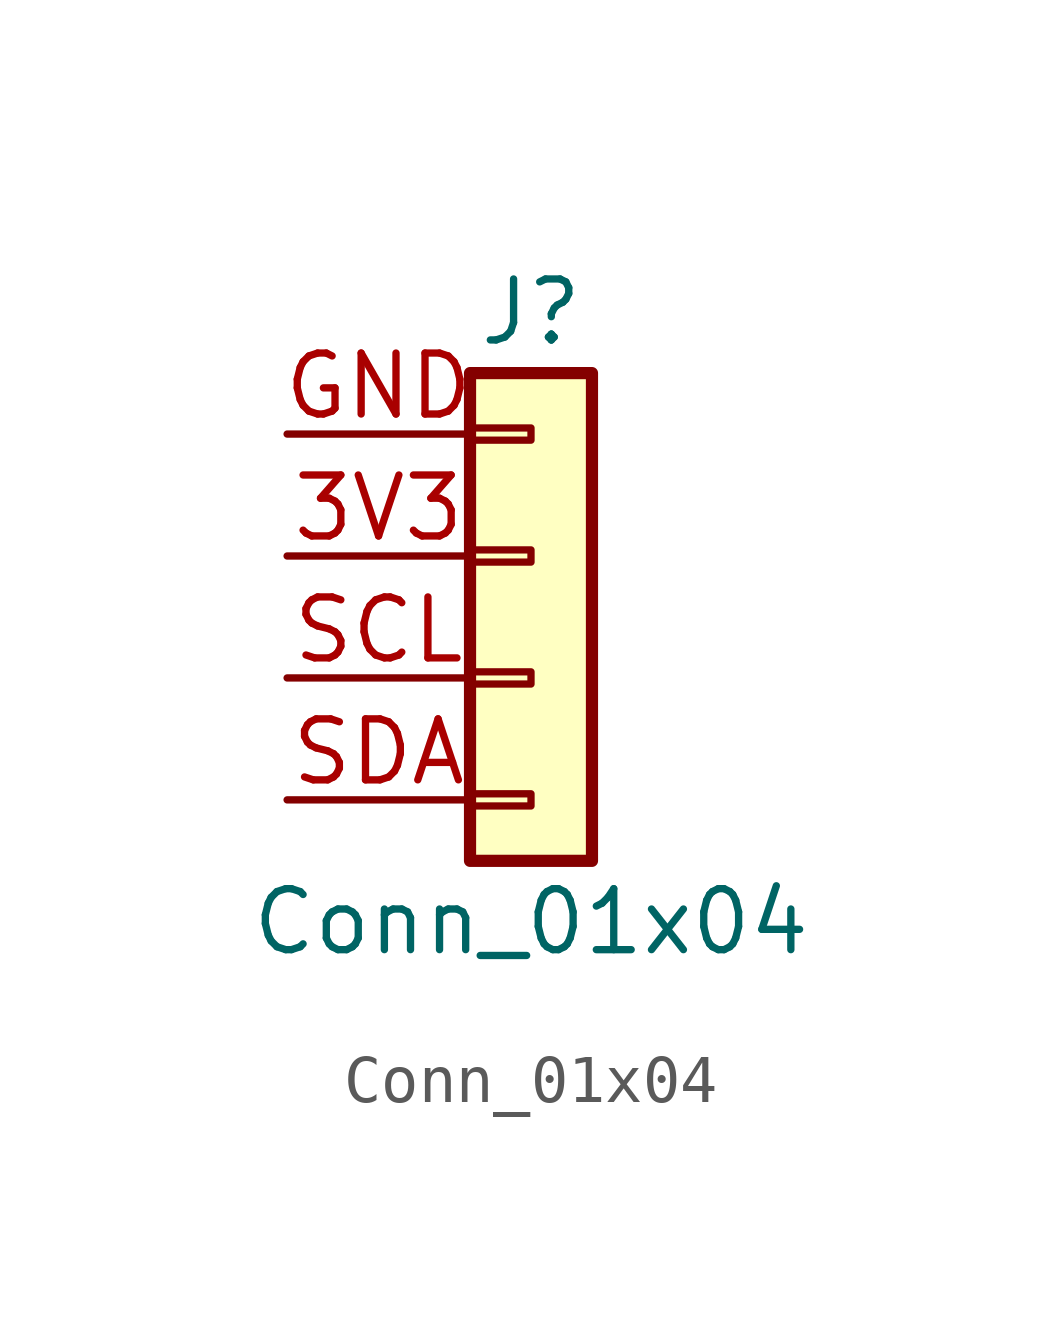
<source format=kicad_sym>
(kicad_symbol_lib
  (version 20241209)
  (generator "kicad_symbol_editor")
  (generator_version "9.0")
  (symbol "Conn_01x04"
    (pin_names
      (offset 1.016)
      (hide yes))
    (property "Reference" "J"
      (at 0 5.08 0)
      (effects (font (size 1.27 1.27))))
    (property "Value" "Conn_01x04"
      (at 0 -7.62 0)
      (effects (font (size 1.27 1.27))))
    (symbol "Conn_01x04_1_1"
      (rectangle (start -1.27 3.81) (end 1.27 -6.35) (stroke (width 0.254) (type default)) (fill (type background)))
      (rectangle (start -1.27 2.667) (end 0 2.413) (stroke (width 0.152) (type default)) (fill (type none)))
      (rectangle (start -1.27 0.127) (end 0 -0.127) (stroke (width 0.152) (type default)) (fill (type none)))
      (rectangle (start -1.27 -2.413) (end 0 -2.667) (stroke (width 0.152) (type default)) (fill (type none)))
      (rectangle (start -1.27 -4.953) (end 0 -5.207) (stroke (width 0.152) (type default)) (fill (type none)))
      (pin passive line (at -5.08 2.54 0) (length 3.81) (name "Pin_1" (effects (font (size 1.27 1.27)))) (number "GND" (effects (font (size 1.27 1.27)))))
      (pin passive line (at -5.08 0 0) (length 3.81) (name "Pin_2" (effects (font (size 1.27 1.27)))) (number "3V3" (effects (font (size 1.27 1.27)))))
      (pin passive line (at -5.08 -2.54 0) (length 3.81) (name "Pin_3" (effects (font (size 1.27 1.27)))) (number "SCL" (effects (font (size 1.27 1.27)))))
      (pin passive line (at -5.08 -5.08 0) (length 3.81) (name "Pin_4" (effects (font (size 1.27 1.27)))) (number "SDA" (effects (font (size 1.27 1.27))))))))
</source>
